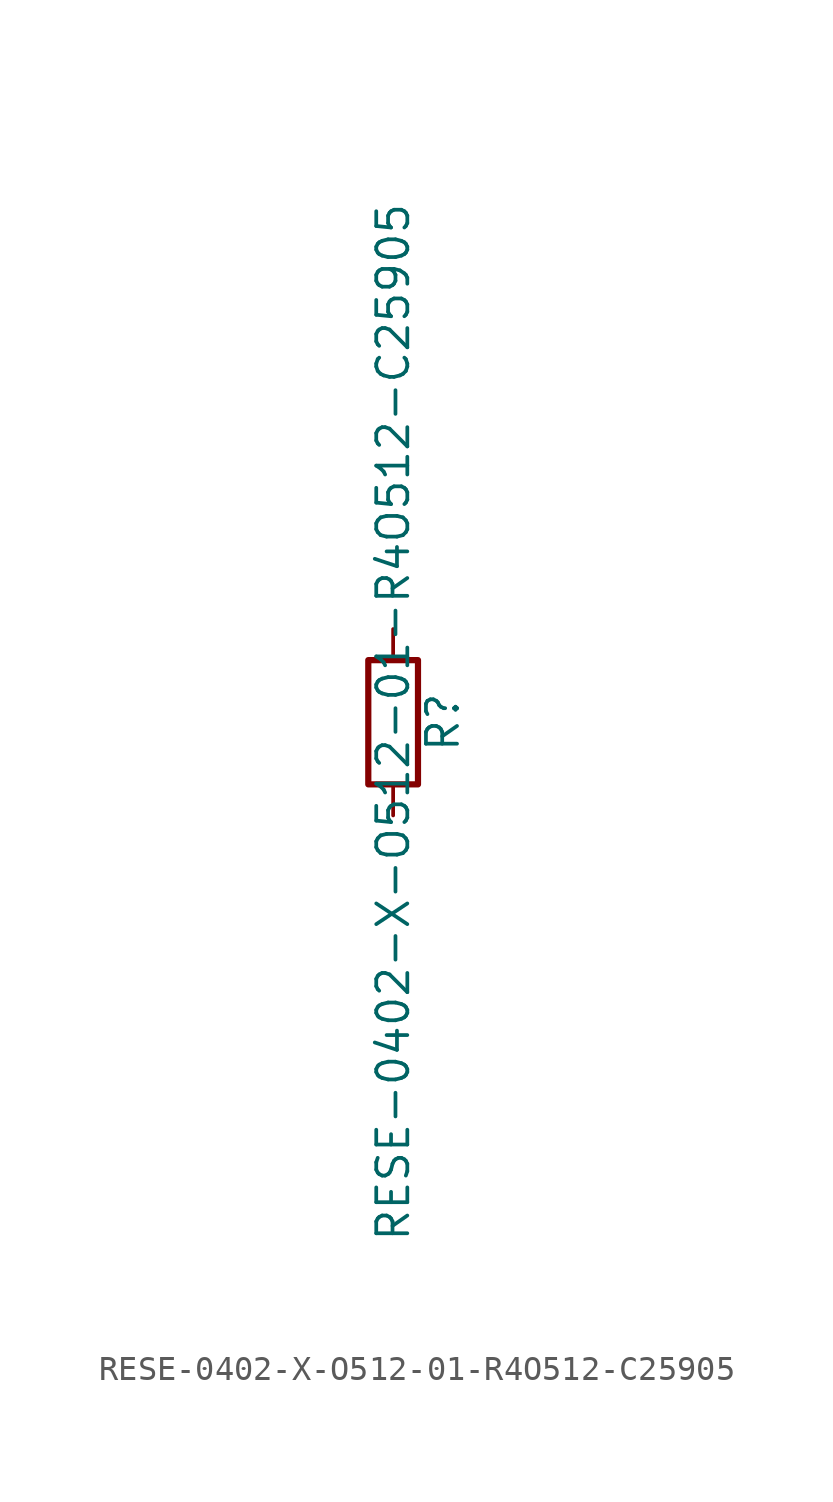
<source format=kicad_sym>
(kicad_symbol_lib
  (version 20211014)
  (generator kicad_symbol_editor)
  (symbol "RESE-0402-X-O512-01-R4O512-C25905"
    (pin_numbers hide)
    (pin_names
      (offset 0))
    (property "Reference" "R"
      (at 2.032 0 90)
      (effects (font (size 1.27 1.27))))
    (property "Value" "RESE-0402-X-O512-01-R4O512-C25905"
      (at 0 0 90)
      (effects (font (size 1.27 1.27))))
    (symbol "RESE-0402-X-O512-01-R4O512-C25905_0_1"
      (rectangle (start -1.016 -2.54) (end 1.016 2.54) (stroke (width 0.254) (type default) (color 0 0 0 0)) (fill (type none))))
    (symbol "RESE-0402-X-O512-01-R4O512-C25905_1_1"
      (pin passive line (at 0 3.81 270) (length 1.27) (name "~" (effects (font (size 1.27 1.27)))) (number "1" (effects (font (size 1.27 1.27)))))
      (pin passive line (at 0 -3.81 90) (length 1.27) (name "~" (effects (font (size 1.27 1.27)))) (number "2" (effects (font (size 1.27 1.27))))))))
</source>
